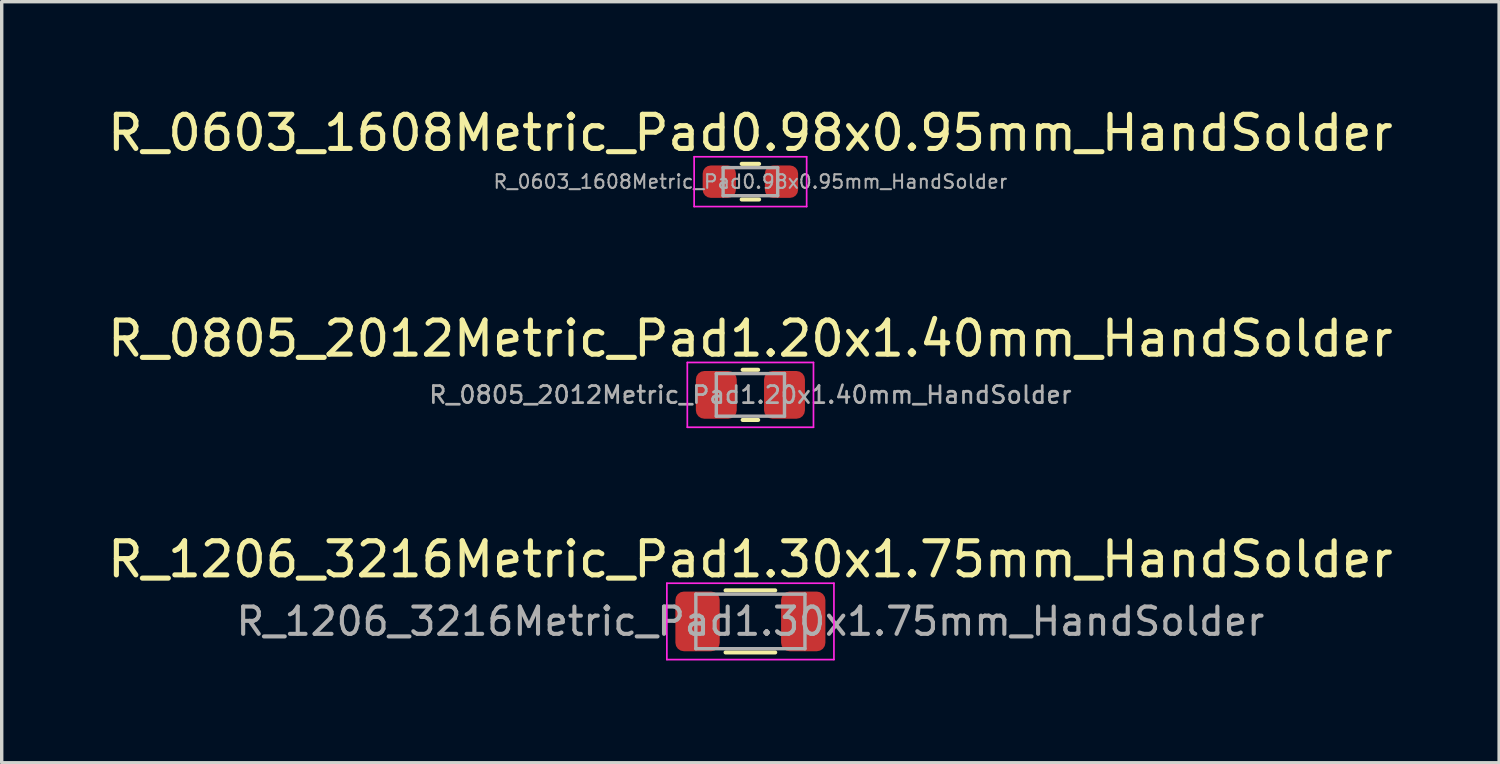
<source format=kicad_pcb>
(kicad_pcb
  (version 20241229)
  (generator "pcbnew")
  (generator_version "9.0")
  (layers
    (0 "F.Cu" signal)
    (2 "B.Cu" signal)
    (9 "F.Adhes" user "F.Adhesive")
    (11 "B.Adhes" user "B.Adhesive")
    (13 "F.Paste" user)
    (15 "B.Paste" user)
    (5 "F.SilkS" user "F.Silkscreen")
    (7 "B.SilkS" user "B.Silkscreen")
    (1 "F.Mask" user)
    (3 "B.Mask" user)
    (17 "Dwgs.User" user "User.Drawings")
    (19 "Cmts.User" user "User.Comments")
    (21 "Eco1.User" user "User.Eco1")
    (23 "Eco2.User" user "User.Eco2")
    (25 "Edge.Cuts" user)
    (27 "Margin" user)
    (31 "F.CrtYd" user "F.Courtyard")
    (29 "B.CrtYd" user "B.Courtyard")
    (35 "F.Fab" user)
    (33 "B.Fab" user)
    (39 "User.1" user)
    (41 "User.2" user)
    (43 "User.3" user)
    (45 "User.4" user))
  (footprint "R_0603_1608Metric_Pad0.98x0.95mm_HandSolder"
    (layer "F.Cu")
    (at 18.958 2.278)
    (property "Reference" "R_0603_1608Metric_Pad0.98x0.95mm_HandSolder" (at 0 -1.43 0) (layer "F.SilkS") (effects (font (size 1 1) (thickness 0.15))))
    (attr smd)
    (fp_line (start -0.255 -0.522) (end 0.255 -0.522) (stroke (width 0.12) (type solid)) (layer "F.SilkS"))
    (fp_line (start -0.255 0.522) (end 0.255 0.522) (stroke (width 0.12) (type solid)) (layer "F.SilkS"))
    (fp_line (start -1.65 -0.73) (end 1.65 -0.73) (stroke (width 0.05) (type solid)) (layer "F.CrtYd"))
    (fp_line (start -1.65 0.73) (end -1.65 -0.73) (stroke (width 0.05) (type solid)) (layer "F.CrtYd"))
    (fp_line (start 1.65 -0.73) (end 1.65 0.73) (stroke (width 0.05) (type solid)) (layer "F.CrtYd"))
    (fp_line (start 1.65 0.73) (end -1.65 0.73) (stroke (width 0.05) (type solid)) (layer "F.CrtYd"))
    (fp_line (start -0.8 -0.412) (end 0.8 -0.412) (stroke (width 0.1) (type solid)) (layer "F.Fab"))
    (fp_line (start -0.8 0.412) (end -0.8 -0.412) (stroke (width 0.1) (type solid)) (layer "F.Fab"))
    (fp_line (start 0.8 -0.412) (end 0.8 0.412) (stroke (width 0.1) (type solid)) (layer "F.Fab"))
    (fp_line (start 0.8 0.412) (end -0.8 0.412) (stroke (width 0.1) (type solid)) (layer "F.Fab"))
    (fp_text user "${REFERENCE}" (at 0 0 0) (layer "F.Fab") (effects (font (size 0.4 0.4) (thickness 0.06))))
    (pad "1" smd roundrect (at -0.912 0) (size 0.975 0.95) (layers "F.Cu" "F.Mask" "F.Paste") (roundrect_rratio 0.25))
    (pad "2" smd roundrect (at 0.912 0) (size 0.975 0.95) (layers "F.Cu" "F.Mask" "F.Paste") (roundrect_rratio 0.25)))
  (footprint "R_0805_2012Metric_Pad1.20x1.40mm_HandSolder"
    (layer "F.Cu")
    (at 18.958 8.531)
    (property "Reference" "R_0805_2012Metric_Pad1.20x1.40mm_HandSolder" (at 0 -1.65 0) (layer "F.SilkS") (effects (font (size 1 1) (thickness 0.15))))
    (attr smd)
    (fp_line (start -0.227 -0.735) (end 0.227 -0.735) (stroke (width 0.12) (type solid)) (layer "F.SilkS"))
    (fp_line (start -0.227 0.735) (end 0.227 0.735) (stroke (width 0.12) (type solid)) (layer "F.SilkS"))
    (fp_line (start -1.85 -0.95) (end 1.85 -0.95) (stroke (width 0.05) (type solid)) (layer "F.CrtYd"))
    (fp_line (start -1.85 0.95) (end -1.85 -0.95) (stroke (width 0.05) (type solid)) (layer "F.CrtYd"))
    (fp_line (start 1.85 -0.95) (end 1.85 0.95) (stroke (width 0.05) (type solid)) (layer "F.CrtYd"))
    (fp_line (start 1.85 0.95) (end -1.85 0.95) (stroke (width 0.05) (type solid)) (layer "F.CrtYd"))
    (fp_line (start -1 -0.625) (end 1 -0.625) (stroke (width 0.1) (type solid)) (layer "F.Fab"))
    (fp_line (start -1 0.625) (end -1 -0.625) (stroke (width 0.1) (type solid)) (layer "F.Fab"))
    (fp_line (start 1 -0.625) (end 1 0.625) (stroke (width 0.1) (type solid)) (layer "F.Fab"))
    (fp_line (start 1 0.625) (end -1 0.625) (stroke (width 0.1) (type solid)) (layer "F.Fab"))
    (fp_text user "${REFERENCE}" (at 0 0 0) (layer "F.Fab") (effects (font (size 0.5 0.5) (thickness 0.08))))
    (pad "1" smd roundrect (at -1 0) (size 1.2 1.4) (layers "F.Cu" "F.Mask" "F.Paste") (roundrect_rratio 0.208))
    (pad "2" smd roundrect (at 1 0) (size 1.2 1.4) (layers "F.Cu" "F.Mask" "F.Paste") (roundrect_rratio 0.208)))
  (footprint "R_1206_3216Metric_Pad1.30x1.75mm_HandSolder"
    (layer "F.Cu")
    (at 18.958 15.175)
    (property "Reference" "R_1206_3216Metric_Pad1.30x1.75mm_HandSolder" (at 0 -1.82 0) (layer "F.SilkS") (effects (font (size 1 1) (thickness 0.15))))
    (attr smd)
    (fp_line (start -0.727 -0.91) (end 0.727 -0.91) (stroke (width 0.12) (type solid)) (layer "F.SilkS"))
    (fp_line (start -0.727 0.91) (end 0.727 0.91) (stroke (width 0.12) (type solid)) (layer "F.SilkS"))
    (fp_line (start -2.45 -1.12) (end 2.45 -1.12) (stroke (width 0.05) (type solid)) (layer "F.CrtYd"))
    (fp_line (start -2.45 1.12) (end -2.45 -1.12) (stroke (width 0.05) (type solid)) (layer "F.CrtYd"))
    (fp_line (start 2.45 -1.12) (end 2.45 1.12) (stroke (width 0.05) (type solid)) (layer "F.CrtYd"))
    (fp_line (start 2.45 1.12) (end -2.45 1.12) (stroke (width 0.05) (type solid)) (layer "F.CrtYd"))
    (fp_line (start -1.6 -0.8) (end 1.6 -0.8) (stroke (width 0.1) (type solid)) (layer "F.Fab"))
    (fp_line (start -1.6 0.8) (end -1.6 -0.8) (stroke (width 0.1) (type solid)) (layer "F.Fab"))
    (fp_line (start 1.6 -0.8) (end 1.6 0.8) (stroke (width 0.1) (type solid)) (layer "F.Fab"))
    (fp_line (start 1.6 0.8) (end -1.6 0.8) (stroke (width 0.1) (type solid)) (layer "F.Fab"))
    (fp_text user "${REFERENCE}" (at 0 0 0) (layer "F.Fab") (effects (font (size 0.8 0.8) (thickness 0.12))))
    (pad "1" smd roundrect (at -1.55 0) (size 1.3 1.75) (layers "F.Cu" "F.Mask" "F.Paste") (roundrect_rratio 0.192))
    (pad "2" smd roundrect (at 1.55 0) (size 1.3 1.75) (layers "F.Cu" "F.Mask" "F.Paste") (roundrect_rratio 0.192)))
  (gr_rect
    (start -3 -3)
    (end 40.917 19.32)
    (stroke (width 0.1) (type default))
    (fill no)
    (layer "Edge.Cuts")))
</source>
